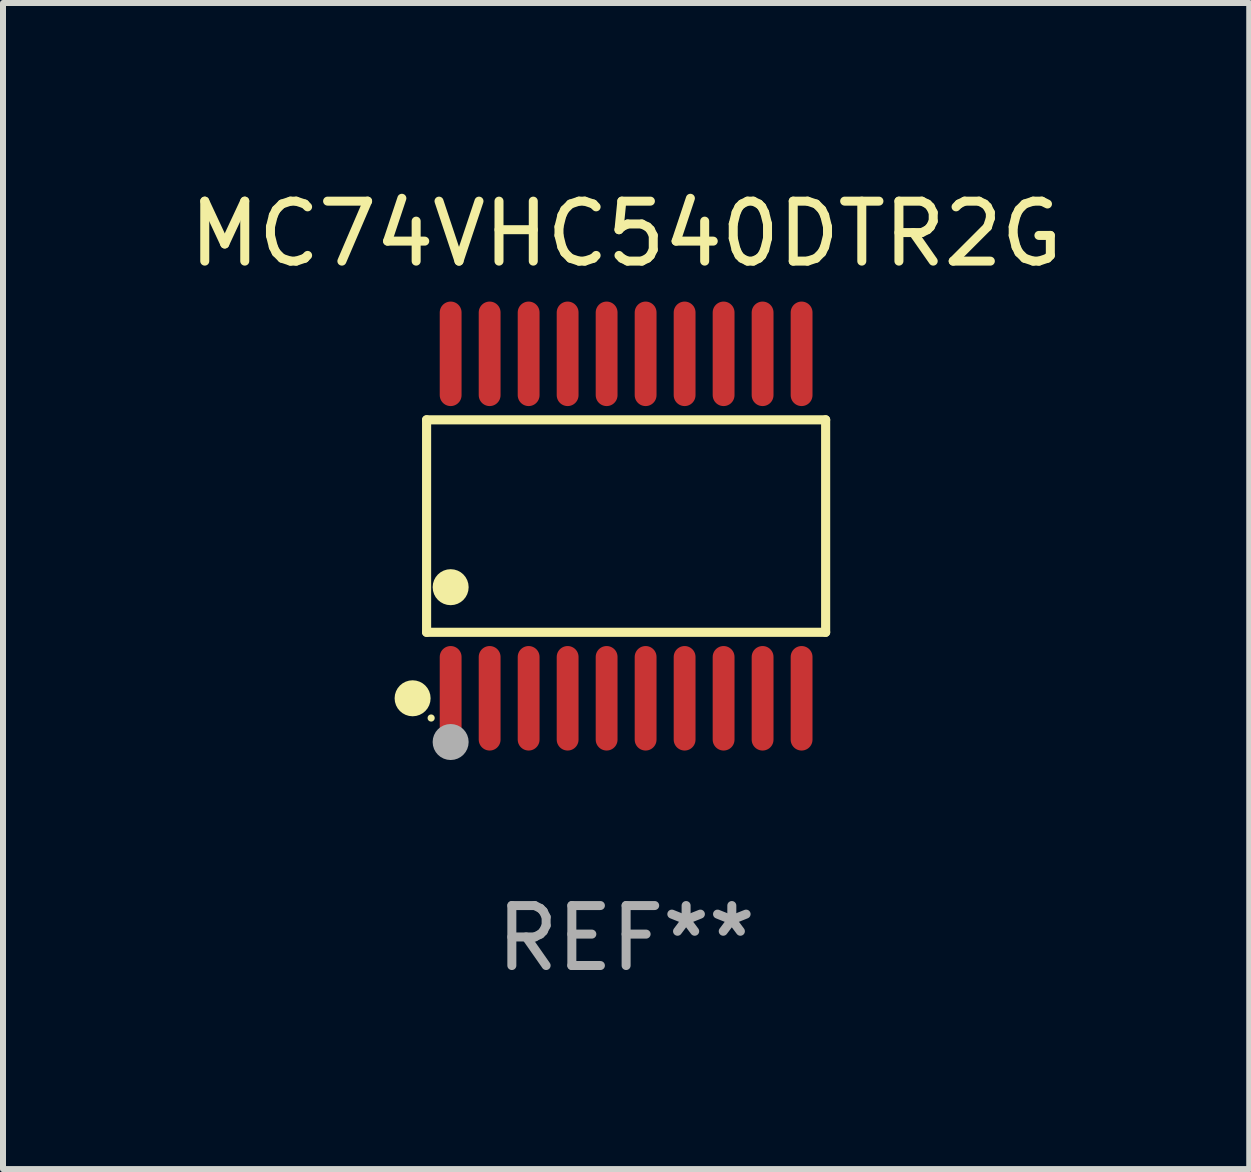
<source format=kicad_pcb>
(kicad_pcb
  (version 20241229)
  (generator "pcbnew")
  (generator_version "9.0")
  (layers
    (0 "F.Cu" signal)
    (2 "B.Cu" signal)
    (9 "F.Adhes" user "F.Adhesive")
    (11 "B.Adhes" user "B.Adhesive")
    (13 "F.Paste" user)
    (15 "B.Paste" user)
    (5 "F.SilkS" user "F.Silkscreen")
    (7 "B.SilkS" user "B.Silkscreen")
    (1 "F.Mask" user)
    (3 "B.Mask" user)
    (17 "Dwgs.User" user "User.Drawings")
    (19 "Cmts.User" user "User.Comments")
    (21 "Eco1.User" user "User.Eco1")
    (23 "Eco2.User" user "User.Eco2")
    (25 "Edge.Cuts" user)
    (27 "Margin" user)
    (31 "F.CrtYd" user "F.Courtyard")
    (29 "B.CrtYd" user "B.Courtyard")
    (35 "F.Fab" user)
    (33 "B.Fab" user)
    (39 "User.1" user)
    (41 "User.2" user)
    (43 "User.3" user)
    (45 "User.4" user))
  (footprint "MC74VHC540DTR2G"
    (layer "F.Cu")
    (at 7.387 5.719)
    (property "Reference" "MC74VHC540DTR2G" (at 0 -4.871 0) (layer "F.SilkS") (effects (font (size 1 1) (thickness 0.15))))
    (attr through_hole)
    (fp_line (start -3.326 -1.771) (end 3.326 -1.771) (stroke (width 0.152) (type solid)) (layer "F.SilkS"))
    (fp_line (start -3.326 1.771) (end -3.326 -1.771) (stroke (width 0.152) (type solid)) (layer "F.SilkS"))
    (fp_line (start 3.326 -1.771) (end 3.326 1.771) (stroke (width 0.152) (type solid)) (layer "F.SilkS"))
    (fp_line (start 3.326 1.771) (end -3.326 1.771) (stroke (width 0.152) (type solid)) (layer "F.SilkS"))
    (fp_circle (center -3.559 2.871) (end -3.409 2.871) (stroke (width 0.3) (type solid)) (fill no) (layer "F.SilkS"))
    (fp_circle (center -3.25 3.2) (end -3.22 3.2) (stroke (width 0.06) (type solid)) (fill no) (layer "F.SilkS"))
    (fp_circle (center -2.925 1.019) (end -2.775 1.019) (stroke (width 0.3) (type solid)) (fill no) (layer "F.SilkS"))
    (fp_circle (center -2.925 3.6) (end -2.775 3.6) (stroke (width 0.3) (type solid)) (fill no) (layer "F.Fab"))
    (fp_text user "REF**" (at 0 6.871 0) (layer "F.Fab") (effects (font (size 1 1) (thickness 0.15))))
    (pad "1" smd oval (at -2.925 2.871) (size 0.364 1.742) (layers "F.Cu" "F.Mask" "F.Paste"))
    (pad "2" smd oval (at -2.275 2.871) (size 0.364 1.742) (layers "F.Cu" "F.Mask" "F.Paste"))
    (pad "3" smd oval (at -1.625 2.871) (size 0.364 1.742) (layers "F.Cu" "F.Mask" "F.Paste"))
    (pad "4" smd oval (at -0.975 2.871) (size 0.364 1.742) (layers "F.Cu" "F.Mask" "F.Paste"))
    (pad "5" smd oval (at -0.325 2.871) (size 0.364 1.742) (layers "F.Cu" "F.Mask" "F.Paste"))
    (pad "6" smd oval (at 0.325 2.871) (size 0.364 1.742) (layers "F.Cu" "F.Mask" "F.Paste"))
    (pad "7" smd oval (at 0.975 2.871) (size 0.364 1.742) (layers "F.Cu" "F.Mask" "F.Paste"))
    (pad "8" smd oval (at 1.625 2.871) (size 0.364 1.742) (layers "F.Cu" "F.Mask" "F.Paste"))
    (pad "9" smd oval (at 2.275 2.871) (size 0.364 1.742) (layers "F.Cu" "F.Mask" "F.Paste"))
    (pad "10" smd oval (at 2.925 2.871) (size 0.364 1.742) (layers "F.Cu" "F.Mask" "F.Paste"))
    (pad "11" smd oval (at 2.925 -2.871) (size 0.364 1.742) (layers "F.Cu" "F.Mask" "F.Paste"))
    (pad "12" smd oval (at 2.275 -2.871) (size 0.364 1.742) (layers "F.Cu" "F.Mask" "F.Paste"))
    (pad "13" smd oval (at 1.625 -2.871) (size 0.364 1.742) (layers "F.Cu" "F.Mask" "F.Paste"))
    (pad "14" smd oval (at 0.975 -2.871) (size 0.364 1.742) (layers "F.Cu" "F.Mask" "F.Paste"))
    (pad "15" smd oval (at 0.325 -2.871) (size 0.364 1.742) (layers "F.Cu" "F.Mask" "F.Paste"))
    (pad "16" smd oval (at -0.325 -2.871) (size 0.364 1.742) (layers "F.Cu" "F.Mask" "F.Paste"))
    (pad "17" smd oval (at -0.975 -2.871) (size 0.364 1.742) (layers "F.Cu" "F.Mask" "F.Paste"))
    (pad "18" smd oval (at -1.625 -2.871) (size 0.364 1.742) (layers "F.Cu" "F.Mask" "F.Paste"))
    (pad "19" smd oval (at -2.275 -2.871) (size 0.364 1.742) (layers "F.Cu" "F.Mask" "F.Paste"))
    (pad "20" smd oval (at -2.925 -2.871) (size 0.364 1.742) (layers "F.Cu" "F.Mask" "F.Paste")))
  (gr_rect
    (start -3 -3)
    (end 17.774 16.438)
    (stroke (width 0.1) (type default))
    (fill no)
    (layer "Edge.Cuts")))
</source>
